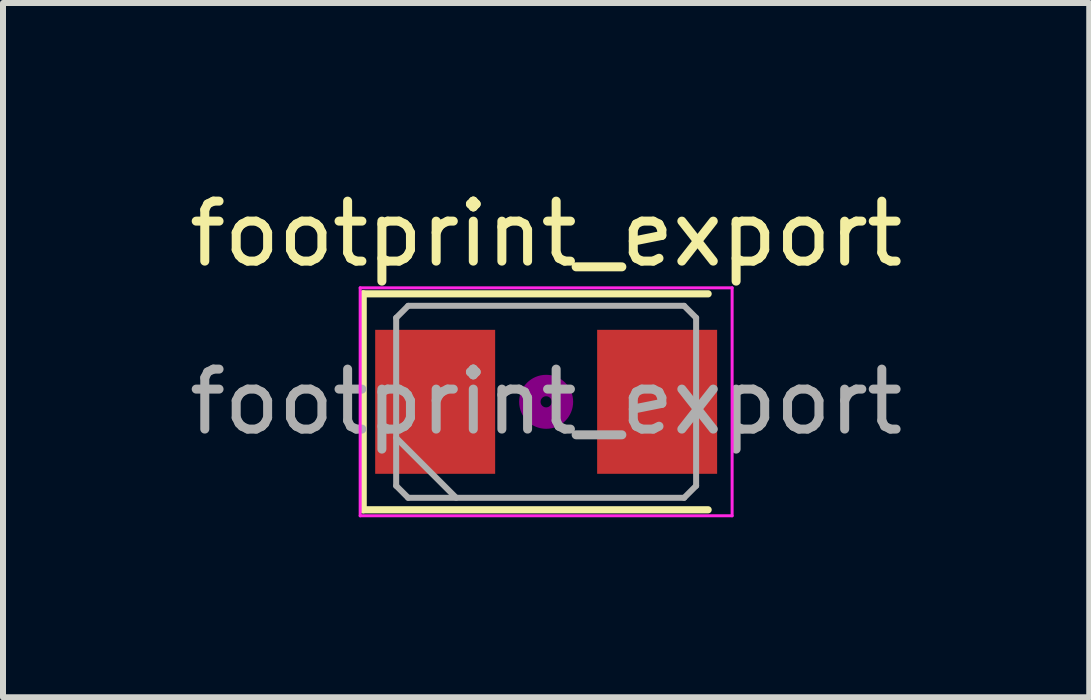
<source format=kicad_pcb>
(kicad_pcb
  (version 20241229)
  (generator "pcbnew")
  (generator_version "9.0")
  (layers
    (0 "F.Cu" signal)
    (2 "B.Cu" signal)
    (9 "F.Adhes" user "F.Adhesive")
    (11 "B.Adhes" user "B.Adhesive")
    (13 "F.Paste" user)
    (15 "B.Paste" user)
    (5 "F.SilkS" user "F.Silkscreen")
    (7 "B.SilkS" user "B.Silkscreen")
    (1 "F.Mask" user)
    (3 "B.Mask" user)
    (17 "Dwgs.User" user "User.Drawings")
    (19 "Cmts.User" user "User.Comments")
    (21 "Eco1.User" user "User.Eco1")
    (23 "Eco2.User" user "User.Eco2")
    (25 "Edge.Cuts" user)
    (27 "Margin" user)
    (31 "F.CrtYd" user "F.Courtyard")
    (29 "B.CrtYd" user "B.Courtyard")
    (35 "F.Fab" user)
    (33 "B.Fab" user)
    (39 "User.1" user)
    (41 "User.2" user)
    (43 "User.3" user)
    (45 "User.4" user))
  (footprint "footprint_export"
    (layer "F.Cu")
    (at 6.054 3.648)
    (property "Reference" "footprint_export" (at 0 -2.8 0) (layer "F.SilkS") (effects (font (size 1 1) (thickness 0.15))))
    (attr smd)
    (fp_line (start -3.05 -1.8) (end -3.05 1.8) (stroke (width 0.12) (type solid)) (layer "F.SilkS"))
    (fp_line (start -3.05 1.8) (end 2.7 1.8) (stroke (width 0.12) (type solid)) (layer "F.SilkS"))
    (fp_line (start 2.7 -1.8) (end -3.05 -1.8) (stroke (width 0.12) (type solid)) (layer "F.SilkS"))
    (fp_circle (center 0 0) (end 0.093 0) (stroke (width 0.187) (type solid)) (fill no) (layer "F.Adhes"))
    (fp_circle (center 0 0) (end 0.213 0) (stroke (width 0.133) (type solid)) (fill no) (layer "F.Adhes"))
    (fp_circle (center 0 0) (end 0.333 0) (stroke (width 0.133) (type solid)) (fill no) (layer "F.Adhes"))
    (fp_circle (center 0 0) (end 0.4 0) (stroke (width 0.1) (type solid)) (fill no) (layer "F.Adhes"))
    (fp_line (start -3.1 -1.9) (end -3.1 1.9) (stroke (width 0.05) (type solid)) (layer "F.CrtYd"))
    (fp_line (start -3.1 1.9) (end 3.1 1.9) (stroke (width 0.05) (type solid)) (layer "F.CrtYd"))
    (fp_line (start 3.1 -1.9) (end -3.1 -1.9) (stroke (width 0.05) (type solid)) (layer "F.CrtYd"))
    (fp_line (start 3.1 1.9) (end 3.1 -1.9) (stroke (width 0.05) (type solid)) (layer "F.CrtYd"))
    (fp_line (start -2.5 -1.4) (end -2.3 -1.6) (stroke (width 0.1) (type solid)) (layer "F.Fab"))
    (fp_line (start -2.5 0.6) (end -1.5 1.6) (stroke (width 0.1) (type solid)) (layer "F.Fab"))
    (fp_line (start -2.5 1.4) (end -2.5 -1.4) (stroke (width 0.1) (type solid)) (layer "F.Fab"))
    (fp_line (start -2.3 -1.6) (end 2.3 -1.6) (stroke (width 0.1) (type solid)) (layer "F.Fab"))
    (fp_line (start -2.3 1.6) (end -2.5 1.4) (stroke (width 0.1) (type solid)) (layer "F.Fab"))
    (fp_line (start 2.3 -1.6) (end 2.5 -1.4) (stroke (width 0.1) (type solid)) (layer "F.Fab"))
    (fp_line (start 2.3 1.6) (end -2.3 1.6) (stroke (width 0.1) (type solid)) (layer "F.Fab"))
    (fp_line (start 2.5 -1.4) (end 2.5 1.4) (stroke (width 0.1) (type solid)) (layer "F.Fab"))
    (fp_line (start 2.5 1.4) (end 2.3 1.6) (stroke (width 0.1) (type solid)) (layer "F.Fab"))
    (fp_text user "${REFERENCE}" (at 0 0 0) (layer "F.Fab") (effects (font (size 1 1) (thickness 0.15))))
    (pad "1" smd rect (at -1.85 0) (size 2 2.4) (layers "F.Cu" "F.Mask" "F.Paste"))
    (pad "2" smd rect (at 1.85 0) (size 2 2.4) (layers "F.Cu" "F.Mask" "F.Paste")))
  (gr_rect
    (start -3 -3)
    (end 15.107 8.573)
    (stroke (width 0.1) (type default))
    (fill no)
    (layer "Edge.Cuts")))
</source>
